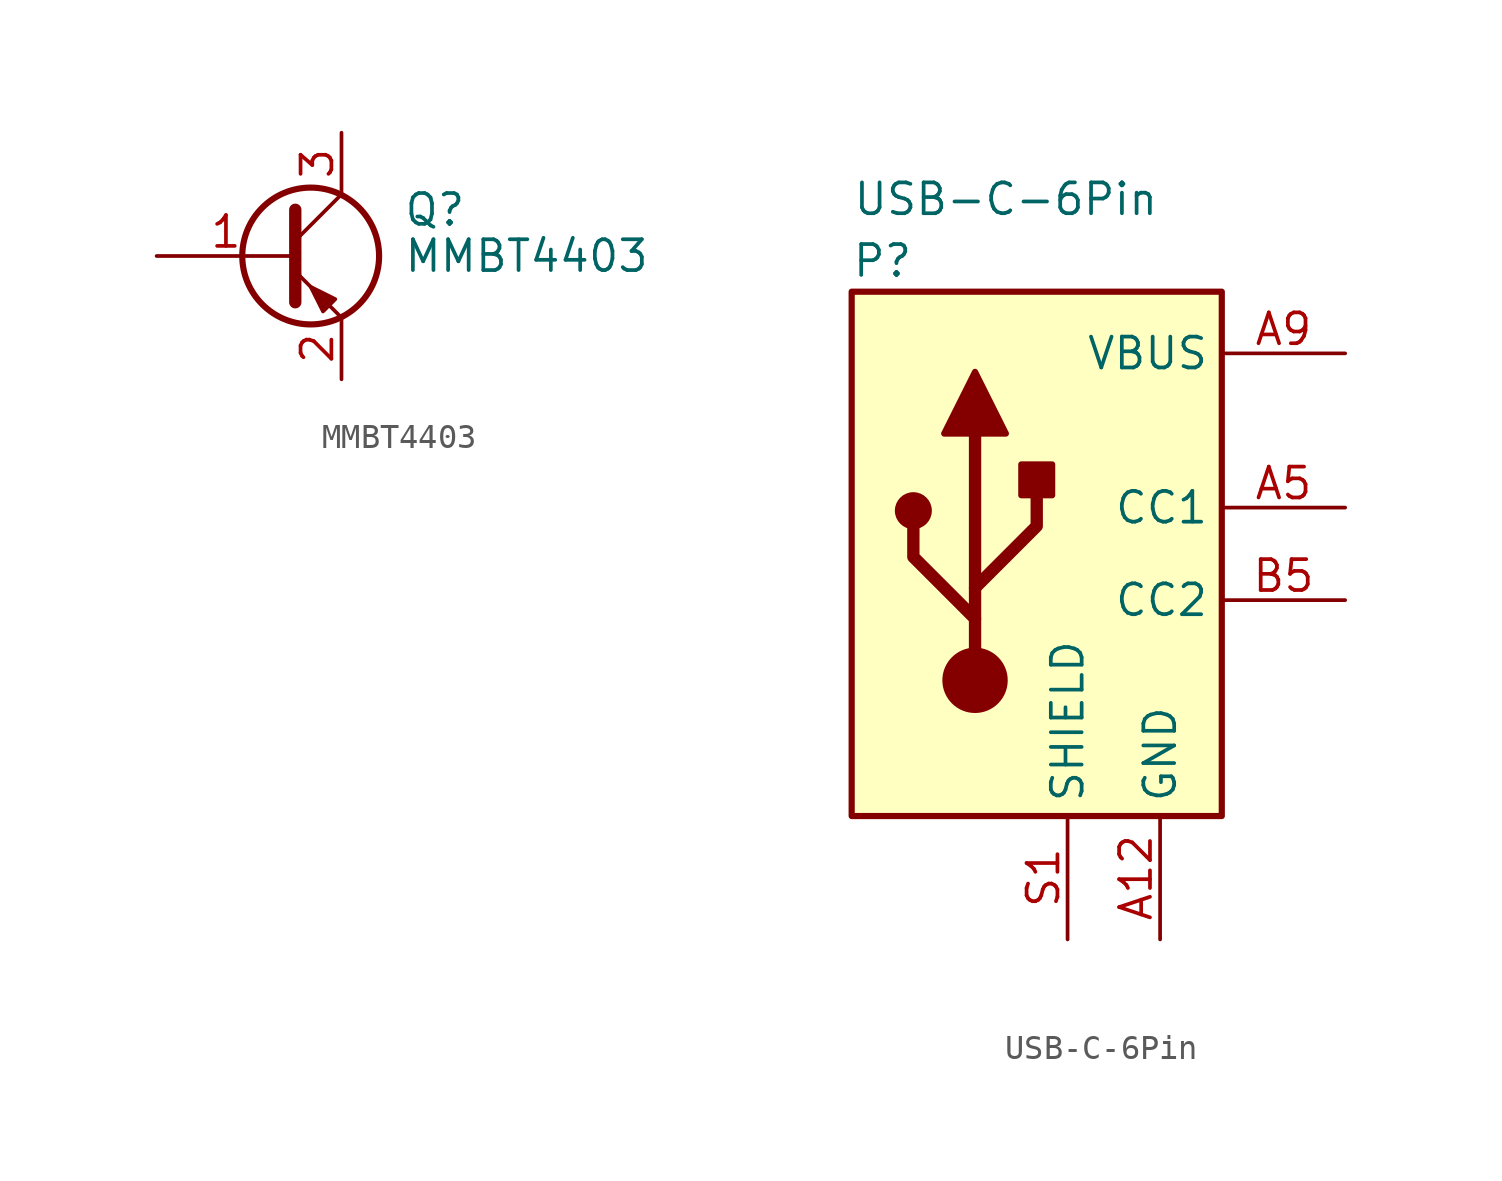
<source format=kicad_sym>
(kicad_symbol_lib
  (version 20211014)
  (generator kicad_symbol_editor)
  (symbol "MMBT4403"
    (pin_names
      (offset 0) hide)
    (property "Reference" "Q"
      (at 5.08 1.905 0)
      (effects (font (size 1.27 1.27)) (justify left)))
    (property "Value" "MMBT4403"
      (at 5.08 0 0)
      (effects (font (size 1.27 1.27)) (justify left)))
    (symbol "MMBT4403_0_1"
      (polyline (pts (xy 0.635 0.635) (xy 2.54 2.54)) (stroke (width 0) (type default) (color 0 0 0 0)) (fill (type none)))
      (polyline (pts (xy 0.635 -0.635) (xy 2.54 -2.54) (xy 2.54 -2.54)) (stroke (width 0) (type default) (color 0 0 0 0)) (fill (type none)))
      (polyline (pts (xy 0.635 1.905) (xy 0.635 -1.905) (xy 0.635 -1.905)) (stroke (width 0.508) (type default) (color 0 0 0 0)) (fill (type none)))
      (polyline (pts (xy 2.286 -1.778) (xy 1.778 -2.286) (xy 1.27 -1.27) (xy 2.286 -1.778) (xy 2.286 -1.778)) (stroke (width 0) (type default) (color 0 0 0 0)) (fill (type outline)))
      (circle (center 1.27 0) (radius 2.819) (stroke (width 0.254) (type default) (color 0 0 0 0)) (fill (type none))))
    (symbol "MMBT4403_1_1"
      (pin input line (at -5.08 0 0) (length 5.715) (name "B" (effects (font (size 1.27 1.27)))) (number "1" (effects (font (size 1.27 1.27)))))
      (pin passive line (at 2.54 -5.08 90) (length 2.54) (name "E" (effects (font (size 1.27 1.27)))) (number "2" (effects (font (size 1.27 1.27)))))
      (pin passive line (at 2.54 5.08 270) (length 2.54) (name "C" (effects (font (size 1.27 1.27)))) (number "3" (effects (font (size 1.27 1.27)))))))
  (symbol "USB-C-6Pin"
    (property "Reference" "P"
      (at -7.62 11.43 0)
      (effects (font (size 1.27 1.27))))
    (property "Value" "USB-C-6Pin"
      (at -2.54 13.97 0)
      (effects (font (size 1.27 1.27))))
    (symbol "USB-C-6Pin_0_1"
      (rectangle (start -8.89 10.16) (end 6.35 -11.43) (stroke (width 0.254) (type default) (color 0 0 0 0)) (fill (type background)))
      (circle (center -6.35 1.143) (radius 0.635) (stroke (width 0.254) (type default) (color 0 0 0 0)) (fill (type outline)))
      (circle (center -3.81 -5.842) (radius 1.27) (stroke (width 0) (type default) (color 0 0 0 0)) (fill (type outline)))
      (rectangle (start -1.905 1.778) (end -0.635 3.048) (stroke (width 0.254) (type default) (color 0 0 0 0)) (fill (type outline)))
      (polyline (pts (xy -3.81 -5.842) (xy -3.81 4.318)) (stroke (width 0.508) (type default) (color 0 0 0 0)) (fill (type none)))
      (polyline (pts (xy -3.81 -3.302) (xy -6.35 -0.762) (xy -6.35 0.508)) (stroke (width 0.508) (type default) (color 0 0 0 0)) (fill (type none)))
      (polyline (pts (xy -3.81 -2.032) (xy -1.27 0.508) (xy -1.27 1.778)) (stroke (width 0.508) (type default) (color 0 0 0 0)) (fill (type none)))
      (polyline (pts (xy -5.08 4.318) (xy -3.81 6.858) (xy -2.54 4.318) (xy -5.08 4.318)) (stroke (width 0.254) (type default) (color 0 0 0 0)) (fill (type outline))))
    (symbol "USB-C-6Pin_1_1"
      (pin passive line (at 3.81 -16.51 90) (length 5.08) (name "GND" (effects (font (size 1.27 1.27)))) (number "A12" (effects (font (size 1.27 1.27)))))
      (pin bidirectional line (at 11.43 1.27 180) (length 5.08) (name "CC1" (effects (font (size 1.27 1.27)))) (number "A5" (effects (font (size 1.27 1.27)))))
      (pin passive line (at 11.43 7.62 180) (length 5.08) (name "VBUS" (effects (font (size 1.27 1.27)))) (number "A9" (effects (font (size 1.27 1.27)))))
      (pin passive line (at 3.81 -16.51 90) (length 5.08) hide (name "GND" (effects (font (size 1.27 1.27)))) (number "B12" (effects (font (size 1.27 1.27)))))
      (pin bidirectional line (at 11.43 -2.54 180) (length 5.08) (name "CC2" (effects (font (size 1.27 1.27)))) (number "B5" (effects (font (size 1.27 1.27)))))
      (pin passive line (at 11.43 7.62 180) (length 5.08) hide (name "VBUS" (effects (font (size 1.27 1.27)))) (number "B9" (effects (font (size 1.27 1.27)))))
      (pin passive line (at 0 -16.51 90) (length 5.08) (name "SHIELD" (effects (font (size 1.27 1.27)))) (number "S1" (effects (font (size 1.27 1.27))))))))
</source>
